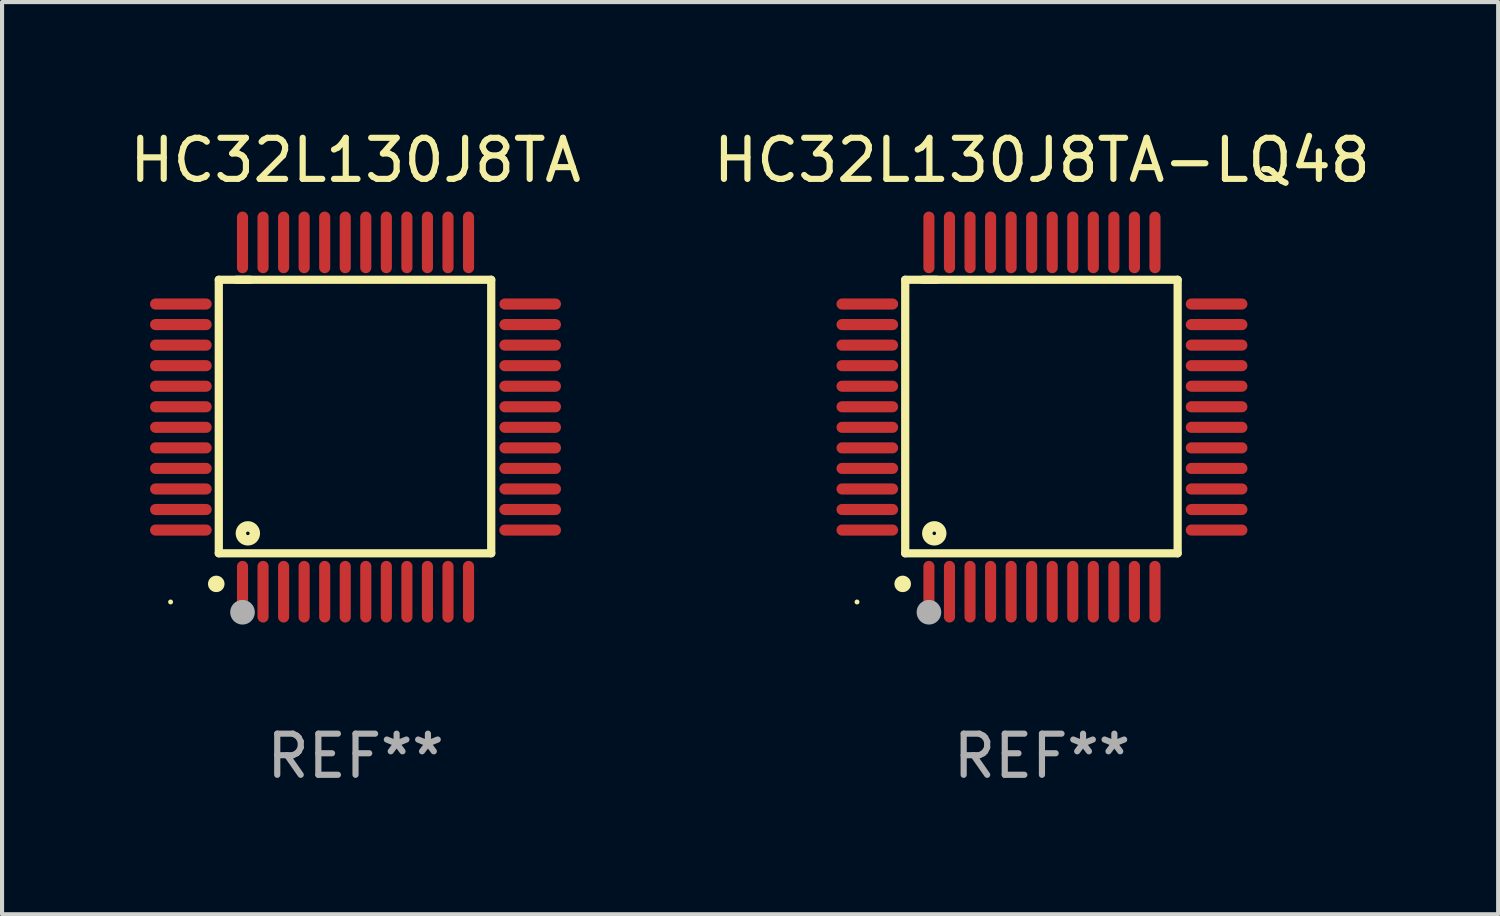
<source format=kicad_pcb>
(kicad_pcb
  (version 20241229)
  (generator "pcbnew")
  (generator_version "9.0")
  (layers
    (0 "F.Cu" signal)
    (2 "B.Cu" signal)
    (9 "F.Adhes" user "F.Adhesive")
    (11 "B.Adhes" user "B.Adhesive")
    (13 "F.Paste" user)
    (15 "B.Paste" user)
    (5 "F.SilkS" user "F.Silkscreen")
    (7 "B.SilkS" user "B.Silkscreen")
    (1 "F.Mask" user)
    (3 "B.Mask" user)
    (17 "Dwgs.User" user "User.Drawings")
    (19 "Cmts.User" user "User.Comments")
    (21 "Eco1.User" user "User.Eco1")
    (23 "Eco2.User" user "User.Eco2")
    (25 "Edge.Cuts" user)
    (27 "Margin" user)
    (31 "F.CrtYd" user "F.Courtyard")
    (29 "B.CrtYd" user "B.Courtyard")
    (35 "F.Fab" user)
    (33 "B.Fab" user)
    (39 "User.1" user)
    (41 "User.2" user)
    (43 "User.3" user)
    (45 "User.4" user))
  (footprint "HC32L130J8TA"
    (layer "F.Cu")
    (at 5.601 7.098)
    (property "Reference" "HC32L130J8TA" (at 0 -6.25 0) (layer "F.SilkS") (effects (font (size 1 1) (thickness 0.15))))
    (attr through_hole)
    (fp_line (start -3.327 -3.34) (end -2.565 -3.34) (stroke (width 0.2) (type solid)) (layer "F.SilkS"))
    (fp_line (start -3.327 3.315) (end -3.327 -3.34) (stroke (width 0.2) (type solid)) (layer "F.SilkS"))
    (fp_line (start -2.896 -3.34) (end 3.302 -3.34) (stroke (width 0.2) (type solid)) (layer "F.SilkS"))
    (fp_line (start 3.302 -3.34) (end 3.302 3.315) (stroke (width 0.2) (type solid)) (layer "F.SilkS"))
    (fp_line (start 3.302 3.315) (end -3.327 3.315) (stroke (width 0.2) (type solid)) (layer "F.SilkS"))
    (fp_arc (start -3.389992 4.059995) (mid -3.388722 4.059991) (end -3.387452 4.059995) (stroke (width 0.4) (type solid)) (layer "F.SilkS"))
    (fp_circle (center -4.5 4.5) (end -4.47 4.5) (stroke (width 0.06) (type solid)) (fill no) (layer "F.SilkS"))
    (fp_circle (center -2.62 2.83) (end -2.45 2.83) (stroke (width 0.254) (type solid)) (fill no) (layer "F.SilkS"))
    (fp_circle (center -2.75 4.75) (end -2.6 4.75) (stroke (width 0.3) (type solid)) (fill no) (layer "F.Fab"))
    (fp_text user "REF**" (at 0 8.25 0) (layer "F.Fab") (effects (font (size 1 1) (thickness 0.15))))
    (pad "1" smd oval (at -2.75 4.25) (size 0.27 1.5) (layers "F.Cu" "F.Mask" "F.Paste"))
    (pad "2" smd oval (at -2.25 4.25) (size 0.27 1.5) (layers "F.Cu" "F.Mask" "F.Paste"))
    (pad "3" smd oval (at -1.75 4.25) (size 0.27 1.5) (layers "F.Cu" "F.Mask" "F.Paste"))
    (pad "4" smd oval (at -1.25 4.25) (size 0.27 1.5) (layers "F.Cu" "F.Mask" "F.Paste"))
    (pad "5" smd oval (at -0.75 4.25) (size 0.27 1.5) (layers "F.Cu" "F.Mask" "F.Paste"))
    (pad "6" smd oval (at -0.25 4.25) (size 0.27 1.5) (layers "F.Cu" "F.Mask" "F.Paste"))
    (pad "7" smd oval (at 0.25 4.25) (size 0.27 1.5) (layers "F.Cu" "F.Mask" "F.Paste"))
    (pad "8" smd oval (at 0.75 4.25) (size 0.27 1.5) (layers "F.Cu" "F.Mask" "F.Paste"))
    (pad "9" smd oval (at 1.25 4.25) (size 0.27 1.5) (layers "F.Cu" "F.Mask" "F.Paste"))
    (pad "10" smd oval (at 1.75 4.25) (size 0.27 1.5) (layers "F.Cu" "F.Mask" "F.Paste"))
    (pad "11" smd oval (at 2.25 4.25) (size 0.27 1.5) (layers "F.Cu" "F.Mask" "F.Paste"))
    (pad "12" smd oval (at 2.75 4.25) (size 0.27 1.5) (layers "F.Cu" "F.Mask" "F.Paste"))
    (pad "13" smd oval (at 4.25 2.75) (size 1.5 0.27) (layers "F.Cu" "F.Mask" "F.Paste"))
    (pad "14" smd oval (at 4.25 2.25) (size 1.5 0.27) (layers "F.Cu" "F.Mask" "F.Paste"))
    (pad "15" smd oval (at 4.25 1.75) (size 1.5 0.27) (layers "F.Cu" "F.Mask" "F.Paste"))
    (pad "16" smd oval (at 4.25 1.25) (size 1.5 0.27) (layers "F.Cu" "F.Mask" "F.Paste"))
    (pad "17" smd oval (at 4.25 0.75) (size 1.5 0.27) (layers "F.Cu" "F.Mask" "F.Paste"))
    (pad "18" smd oval (at 4.25 0.25) (size 1.5 0.27) (layers "F.Cu" "F.Mask" "F.Paste"))
    (pad "19" smd oval (at 4.25 -0.25) (size 1.5 0.27) (layers "F.Cu" "F.Mask" "F.Paste"))
    (pad "20" smd oval (at 4.25 -0.75) (size 1.5 0.27) (layers "F.Cu" "F.Mask" "F.Paste"))
    (pad "21" smd oval (at 4.25 -1.25) (size 1.5 0.27) (layers "F.Cu" "F.Mask" "F.Paste"))
    (pad "22" smd oval (at 4.25 -1.75) (size 1.5 0.27) (layers "F.Cu" "F.Mask" "F.Paste"))
    (pad "23" smd oval (at 4.25 -2.25) (size 1.5 0.27) (layers "F.Cu" "F.Mask" "F.Paste"))
    (pad "24" smd oval (at 4.25 -2.75) (size 1.5 0.27) (layers "F.Cu" "F.Mask" "F.Paste"))
    (pad "25" smd oval (at 2.75 -4.25) (size 0.27 1.5) (layers "F.Cu" "F.Mask" "F.Paste"))
    (pad "26" smd oval (at 2.25 -4.25) (size 0.27 1.5) (layers "F.Cu" "F.Mask" "F.Paste"))
    (pad "27" smd oval (at 1.75 -4.25) (size 0.27 1.5) (layers "F.Cu" "F.Mask" "F.Paste"))
    (pad "28" smd oval (at 1.25 -4.25) (size 0.27 1.5) (layers "F.Cu" "F.Mask" "F.Paste"))
    (pad "29" smd oval (at 0.75 -4.25) (size 0.27 1.5) (layers "F.Cu" "F.Mask" "F.Paste"))
    (pad "30" smd oval (at 0.25 -4.25) (size 0.27 1.5) (layers "F.Cu" "F.Mask" "F.Paste"))
    (pad "31" smd oval (at -0.25 -4.25) (size 0.27 1.5) (layers "F.Cu" "F.Mask" "F.Paste"))
    (pad "32" smd oval (at -0.75 -4.25) (size 0.27 1.5) (layers "F.Cu" "F.Mask" "F.Paste"))
    (pad "33" smd oval (at -1.25 -4.25) (size 0.27 1.5) (layers "F.Cu" "F.Mask" "F.Paste"))
    (pad "34" smd oval (at -1.75 -4.25) (size 0.27 1.5) (layers "F.Cu" "F.Mask" "F.Paste"))
    (pad "35" smd oval (at -2.25 -4.25) (size 0.27 1.5) (layers "F.Cu" "F.Mask" "F.Paste"))
    (pad "36" smd oval (at -2.75 -4.25) (size 0.27 1.5) (layers "F.Cu" "F.Mask" "F.Paste"))
    (pad "37" smd oval (at -4.25 -2.75) (size 1.5 0.27) (layers "F.Cu" "F.Mask" "F.Paste"))
    (pad "38" smd oval (at -4.25 -2.25) (size 1.5 0.27) (layers "F.Cu" "F.Mask" "F.Paste"))
    (pad "39" smd oval (at -4.25 -1.75) (size 1.5 0.27) (layers "F.Cu" "F.Mask" "F.Paste"))
    (pad "40" smd oval (at -4.25 -1.25) (size 1.5 0.27) (layers "F.Cu" "F.Mask" "F.Paste"))
    (pad "41" smd oval (at -4.25 -0.75) (size 1.5 0.27) (layers "F.Cu" "F.Mask" "F.Paste"))
    (pad "42" smd oval (at -4.25 -0.25) (size 1.5 0.27) (layers "F.Cu" "F.Mask" "F.Paste"))
    (pad "43" smd oval (at -4.25 0.25) (size 1.5 0.27) (layers "F.Cu" "F.Mask" "F.Paste"))
    (pad "44" smd oval (at -4.25 0.75) (size 1.5 0.27) (layers "F.Cu" "F.Mask" "F.Paste"))
    (pad "45" smd oval (at -4.25 1.25) (size 1.5 0.27) (layers "F.Cu" "F.Mask" "F.Paste"))
    (pad "46" smd oval (at -4.25 1.75) (size 1.5 0.27) (layers "F.Cu" "F.Mask" "F.Paste"))
    (pad "47" smd oval (at -4.25 2.25) (size 1.5 0.27) (layers "F.Cu" "F.Mask" "F.Paste"))
    (pad "48" smd oval (at -4.25 2.75) (size 1.5 0.27) (layers "F.Cu" "F.Mask" "F.Paste")))
  (footprint "HC32L130J8TA-LQ48"
    (layer "F.Cu")
    (at 22.304 7.098)
    (property "Reference" "HC32L130J8TA-LQ48" (at 0 -6.25 0) (layer "F.SilkS") (effects (font (size 1 1) (thickness 0.15))))
    (attr through_hole)
    (fp_line (start -3.327 -3.34) (end -2.565 -3.34) (stroke (width 0.2) (type solid)) (layer "F.SilkS"))
    (fp_line (start -3.327 3.315) (end -3.327 -3.34) (stroke (width 0.2) (type solid)) (layer "F.SilkS"))
    (fp_line (start -2.896 -3.34) (end 3.302 -3.34) (stroke (width 0.2) (type solid)) (layer "F.SilkS"))
    (fp_line (start 3.302 -3.34) (end 3.302 3.315) (stroke (width 0.2) (type solid)) (layer "F.SilkS"))
    (fp_line (start 3.302 3.315) (end -3.327 3.315) (stroke (width 0.2) (type solid)) (layer "F.SilkS"))
    (fp_arc (start -3.389992 4.059995) (mid -3.388722 4.059991) (end -3.387452 4.059995) (stroke (width 0.4) (type solid)) (layer "F.SilkS"))
    (fp_circle (center -4.5 4.5) (end -4.47 4.5) (stroke (width 0.06) (type solid)) (fill no) (layer "F.SilkS"))
    (fp_circle (center -2.62 2.83) (end -2.45 2.83) (stroke (width 0.254) (type solid)) (fill no) (layer "F.SilkS"))
    (fp_circle (center -2.75 4.75) (end -2.6 4.75) (stroke (width 0.3) (type solid)) (fill no) (layer "F.Fab"))
    (fp_text user "REF**" (at 0 8.25 0) (layer "F.Fab") (effects (font (size 1 1) (thickness 0.15))))
    (pad "1" smd oval (at -2.75 4.25) (size 0.27 1.5) (layers "F.Cu" "F.Mask" "F.Paste"))
    (pad "2" smd oval (at -2.25 4.25) (size 0.27 1.5) (layers "F.Cu" "F.Mask" "F.Paste"))
    (pad "3" smd oval (at -1.75 4.25) (size 0.27 1.5) (layers "F.Cu" "F.Mask" "F.Paste"))
    (pad "4" smd oval (at -1.25 4.25) (size 0.27 1.5) (layers "F.Cu" "F.Mask" "F.Paste"))
    (pad "5" smd oval (at -0.75 4.25) (size 0.27 1.5) (layers "F.Cu" "F.Mask" "F.Paste"))
    (pad "6" smd oval (at -0.25 4.25) (size 0.27 1.5) (layers "F.Cu" "F.Mask" "F.Paste"))
    (pad "7" smd oval (at 0.25 4.25) (size 0.27 1.5) (layers "F.Cu" "F.Mask" "F.Paste"))
    (pad "8" smd oval (at 0.75 4.25) (size 0.27 1.5) (layers "F.Cu" "F.Mask" "F.Paste"))
    (pad "9" smd oval (at 1.25 4.25) (size 0.27 1.5) (layers "F.Cu" "F.Mask" "F.Paste"))
    (pad "10" smd oval (at 1.75 4.25) (size 0.27 1.5) (layers "F.Cu" "F.Mask" "F.Paste"))
    (pad "11" smd oval (at 2.25 4.25) (size 0.27 1.5) (layers "F.Cu" "F.Mask" "F.Paste"))
    (pad "12" smd oval (at 2.75 4.25) (size 0.27 1.5) (layers "F.Cu" "F.Mask" "F.Paste"))
    (pad "13" smd oval (at 4.25 2.75) (size 1.5 0.27) (layers "F.Cu" "F.Mask" "F.Paste"))
    (pad "14" smd oval (at 4.25 2.25) (size 1.5 0.27) (layers "F.Cu" "F.Mask" "F.Paste"))
    (pad "15" smd oval (at 4.25 1.75) (size 1.5 0.27) (layers "F.Cu" "F.Mask" "F.Paste"))
    (pad "16" smd oval (at 4.25 1.25) (size 1.5 0.27) (layers "F.Cu" "F.Mask" "F.Paste"))
    (pad "17" smd oval (at 4.25 0.75) (size 1.5 0.27) (layers "F.Cu" "F.Mask" "F.Paste"))
    (pad "18" smd oval (at 4.25 0.25) (size 1.5 0.27) (layers "F.Cu" "F.Mask" "F.Paste"))
    (pad "19" smd oval (at 4.25 -0.25) (size 1.5 0.27) (layers "F.Cu" "F.Mask" "F.Paste"))
    (pad "20" smd oval (at 4.25 -0.75) (size 1.5 0.27) (layers "F.Cu" "F.Mask" "F.Paste"))
    (pad "21" smd oval (at 4.25 -1.25) (size 1.5 0.27) (layers "F.Cu" "F.Mask" "F.Paste"))
    (pad "22" smd oval (at 4.25 -1.75) (size 1.5 0.27) (layers "F.Cu" "F.Mask" "F.Paste"))
    (pad "23" smd oval (at 4.25 -2.25) (size 1.5 0.27) (layers "F.Cu" "F.Mask" "F.Paste"))
    (pad "24" smd oval (at 4.25 -2.75) (size 1.5 0.27) (layers "F.Cu" "F.Mask" "F.Paste"))
    (pad "25" smd oval (at 2.75 -4.25) (size 0.27 1.5) (layers "F.Cu" "F.Mask" "F.Paste"))
    (pad "26" smd oval (at 2.25 -4.25) (size 0.27 1.5) (layers "F.Cu" "F.Mask" "F.Paste"))
    (pad "27" smd oval (at 1.75 -4.25) (size 0.27 1.5) (layers "F.Cu" "F.Mask" "F.Paste"))
    (pad "28" smd oval (at 1.25 -4.25) (size 0.27 1.5) (layers "F.Cu" "F.Mask" "F.Paste"))
    (pad "29" smd oval (at 0.75 -4.25) (size 0.27 1.5) (layers "F.Cu" "F.Mask" "F.Paste"))
    (pad "30" smd oval (at 0.25 -4.25) (size 0.27 1.5) (layers "F.Cu" "F.Mask" "F.Paste"))
    (pad "31" smd oval (at -0.25 -4.25) (size 0.27 1.5) (layers "F.Cu" "F.Mask" "F.Paste"))
    (pad "32" smd oval (at -0.75 -4.25) (size 0.27 1.5) (layers "F.Cu" "F.Mask" "F.Paste"))
    (pad "33" smd oval (at -1.25 -4.25) (size 0.27 1.5) (layers "F.Cu" "F.Mask" "F.Paste"))
    (pad "34" smd oval (at -1.75 -4.25) (size 0.27 1.5) (layers "F.Cu" "F.Mask" "F.Paste"))
    (pad "35" smd oval (at -2.25 -4.25) (size 0.27 1.5) (layers "F.Cu" "F.Mask" "F.Paste"))
    (pad "36" smd oval (at -2.75 -4.25) (size 0.27 1.5) (layers "F.Cu" "F.Mask" "F.Paste"))
    (pad "37" smd oval (at -4.25 -2.75) (size 1.5 0.27) (layers "F.Cu" "F.Mask" "F.Paste"))
    (pad "38" smd oval (at -4.25 -2.25) (size 1.5 0.27) (layers "F.Cu" "F.Mask" "F.Paste"))
    (pad "39" smd oval (at -4.25 -1.75) (size 1.5 0.27) (layers "F.Cu" "F.Mask" "F.Paste"))
    (pad "40" smd oval (at -4.25 -1.25) (size 1.5 0.27) (layers "F.Cu" "F.Mask" "F.Paste"))
    (pad "41" smd oval (at -4.25 -0.75) (size 1.5 0.27) (layers "F.Cu" "F.Mask" "F.Paste"))
    (pad "42" smd oval (at -4.25 -0.25) (size 1.5 0.27) (layers "F.Cu" "F.Mask" "F.Paste"))
    (pad "43" smd oval (at -4.25 0.25) (size 1.5 0.27) (layers "F.Cu" "F.Mask" "F.Paste"))
    (pad "44" smd oval (at -4.25 0.75) (size 1.5 0.27) (layers "F.Cu" "F.Mask" "F.Paste"))
    (pad "45" smd oval (at -4.25 1.25) (size 1.5 0.27) (layers "F.Cu" "F.Mask" "F.Paste"))
    (pad "46" smd oval (at -4.25 1.75) (size 1.5 0.27) (layers "F.Cu" "F.Mask" "F.Paste"))
    (pad "47" smd oval (at -4.25 2.25) (size 1.5 0.27) (layers "F.Cu" "F.Mask" "F.Paste"))
    (pad "48" smd oval (at -4.25 2.75) (size 1.5 0.27) (layers "F.Cu" "F.Mask" "F.Paste")))
  (gr_rect
    (start -3 -3)
    (end 33.405 19.196)
    (stroke (width 0.1) (type default))
    (fill no)
    (layer "Edge.Cuts")))
</source>
